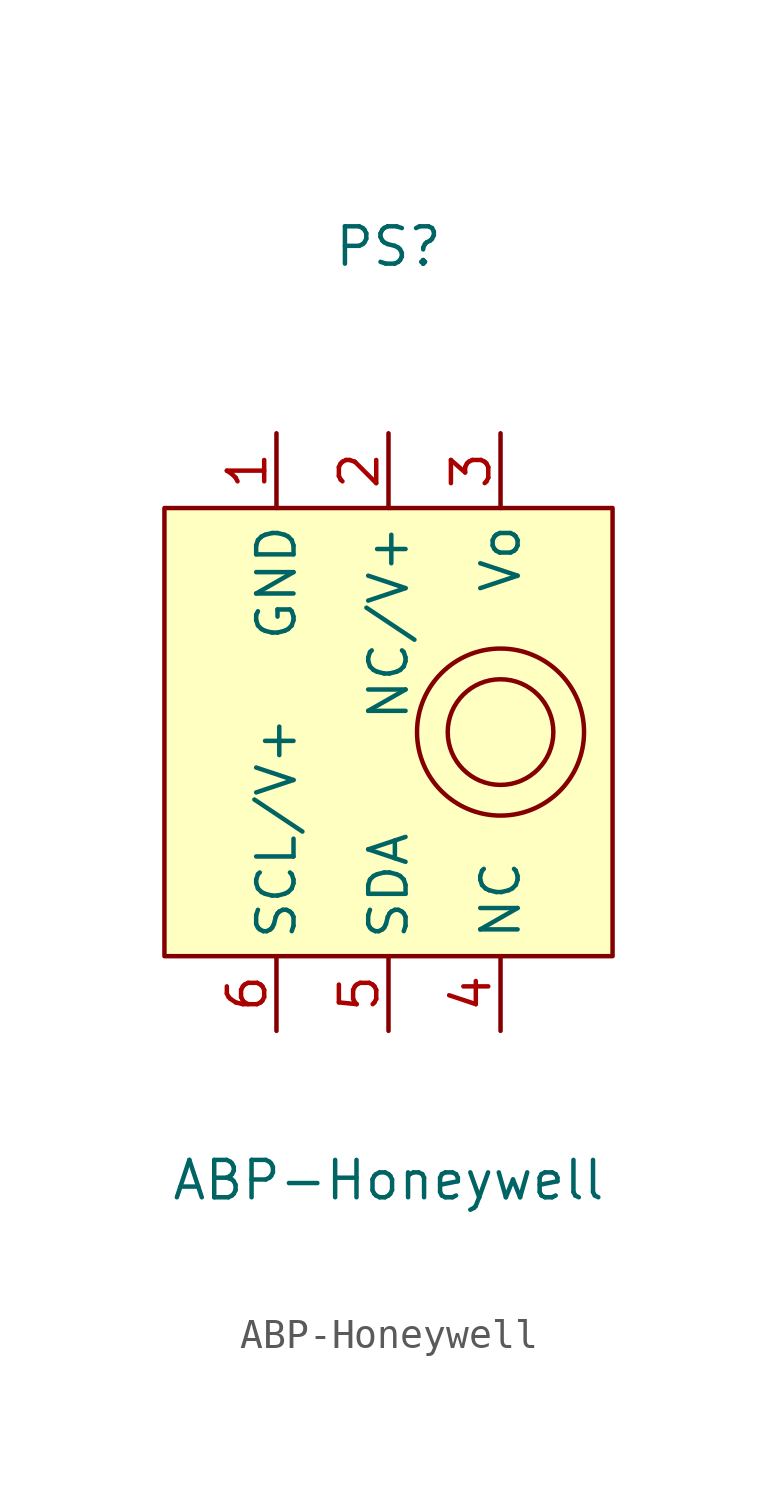
<source format=kicad_sym>
(kicad_symbol_lib
  (version 20201005)
  (generator kicad_symbol_editor)
  (symbol "Oxikit-sym-lib:ABP-Honeywell"
    (property "Reference" "PS"
      (at 0 8.89 0)
      (effects (font (size 1.27 1.27))))
    (property "Value" "ABP-Honeywell"
      (at 0 -22.86 0)
      (effects (font (size 1.27 1.27))))
    (symbol "ABP-Honeywell_0_1"
      (circle (center 3.81 -7.62) (radius 2.84) (stroke (width 0.152)) (fill (type none)))
      (circle (center 3.81 -7.62) (radius 1.796) (stroke (width 0.152)) (fill (type none)))
      (rectangle (start -7.62 0) (end 7.62 -15.24) (stroke (width 0.152)) (fill (type background))))
    (symbol "ABP-Honeywell_1_1"
      (pin input line (at -3.81 2.54 270) (length 2.54) (name "GND" (effects (font (size 1.27 1.27)))) (number "1" (effects (font (size 1.27 1.27)))))
      (pin input line (at 0 2.54 270) (length 2.54) (name "NC/V+" (effects (font (size 1.27 1.27)))) (number "2" (effects (font (size 1.27 1.27)))))
      (pin input line (at 3.81 2.54 270) (length 2.54) (name "Vo" (effects (font (size 1.27 1.27)))) (number "3" (effects (font (size 1.27 1.27)))))
      (pin input line (at 3.81 -17.78 90) (length 2.54) (name "NC" (effects (font (size 1.27 1.27)))) (number "4" (effects (font (size 1.27 1.27)))))
      (pin input line (at 0 -17.78 90) (length 2.54) (name "SDA" (effects (font (size 1.27 1.27)))) (number "5" (effects (font (size 1.27 1.27)))))
      (pin input line (at -3.81 -17.78 90) (length 2.54) (name "SCL/V+" (effects (font (size 1.27 1.27)))) (number "6" (effects (font (size 1.27 1.27))))))))
</source>
